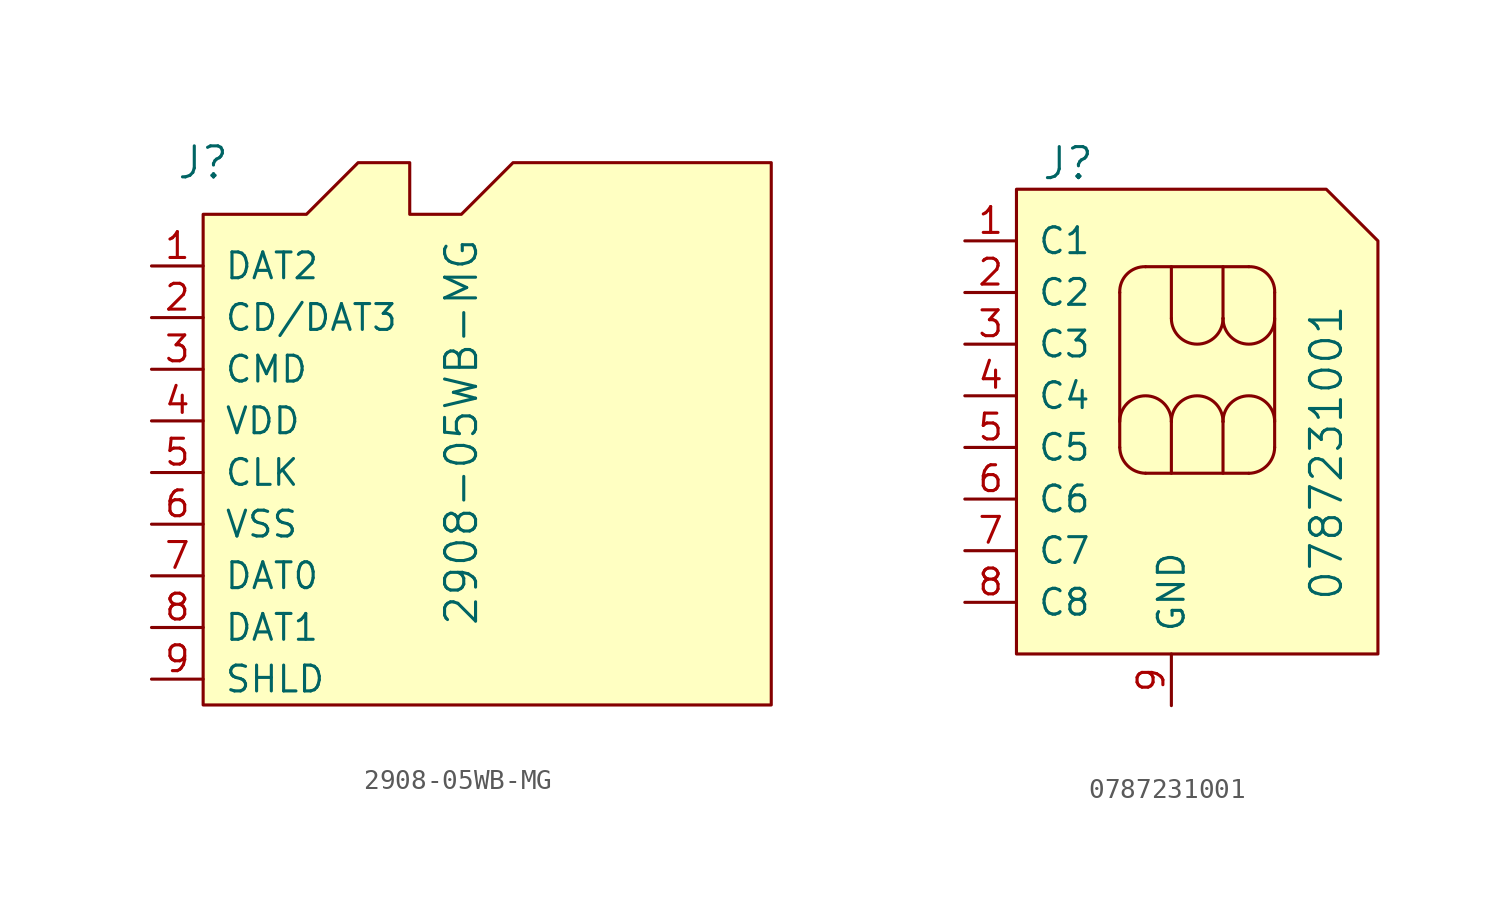
<source format=kicad_sym>
(kicad_symbol_lib
  (version 20220914)
  (generator kicad_symbol_editor)
  (symbol "2908-05WB-MG"
    (pin_names
      (offset 1.016))
    (property "Reference" "J"
      (at -12.7 12.7 0)
      (effects (font (size 1.524 1.524))))
    (property "Value" "2908-05WB-MG"
      (at 0 -10.16 90)
      (effects (font (size 1.524 1.524)) (justify left)))
    (symbol "2908-05WB-MG_0_1"
      (polyline (pts (xy -12.7 -13.97) (xy -12.7 10.16) (xy -7.62 10.16) (xy -5.08 12.7) (xy -2.54 12.7) (xy -2.54 10.16) (xy 0 10.16) (xy 2.54 12.7) (xy 15.24 12.7) (xy 15.24 -13.97) (xy -12.7 -13.97)) (stroke (width 0) (type solid)) (fill (type background))))
    (symbol "2908-05WB-MG_1_1"
      (pin bidirectional line (at -15.24 7.62 0) (length 2.54) (name "DAT2" (effects (font (size 1.27 1.27)))) (number "1" (effects (font (size 1.27 1.27)))))
      (pin bidirectional line (at -15.24 5.08 0) (length 2.54) (name "CD/DAT3" (effects (font (size 1.27 1.27)))) (number "2" (effects (font (size 1.27 1.27)))))
      (pin bidirectional line (at -15.24 2.54 0) (length 2.54) (name "CMD" (effects (font (size 1.27 1.27)))) (number "3" (effects (font (size 1.27 1.27)))))
      (pin power_in line (at -15.24 0 0) (length 2.54) (name "VDD" (effects (font (size 1.27 1.27)))) (number "4" (effects (font (size 1.27 1.27)))))
      (pin output line (at -15.24 -2.54 0) (length 2.54) (name "CLK" (effects (font (size 1.27 1.27)))) (number "5" (effects (font (size 1.27 1.27)))))
      (pin power_in line (at -15.24 -5.08 0) (length 2.54) (name "VSS" (effects (font (size 1.27 1.27)))) (number "6" (effects (font (size 1.27 1.27)))))
      (pin bidirectional line (at -15.24 -7.62 0) (length 2.54) (name "DAT0" (effects (font (size 1.27 1.27)))) (number "7" (effects (font (size 1.27 1.27)))))
      (pin bidirectional line (at -15.24 -10.16 0) (length 2.54) (name "DAT1" (effects (font (size 1.27 1.27)))) (number "8" (effects (font (size 1.27 1.27)))))
      (pin passive line (at -15.24 -12.7 0) (length 2.54) (name "SHLD" (effects (font (size 1.27 1.27)))) (number "9" (effects (font (size 1.27 1.27)))))))
  (symbol "0787231001"
    (pin_names
      (offset 1.016))
    (property "Reference" "J"
      (at -7.62 8.89 0)
      (effects (font (size 1.524 1.524))))
    (property "Value" "0787231001"
      (at 5.08 -12.7 90)
      (effects (font (size 1.524 1.524)) (justify left)))
    (symbol "0787231001_1_1"
      (arc (start -5.08 -5.08) (mid -4.7066 -5.9688) (end -3.81 -6.35) (stroke (width 0) (type solid)) (fill (type none)))
      (arc (start -3.81 3.81) (mid -4.7246 3.4471) (end -5.08 2.54) (stroke (width 0) (type solid)) (fill (type none)))
      (arc (start -2.54 -3.81) (mid -3.81 -2.5455) (end -5.08 -3.81) (stroke (width 0) (type solid)) (fill (type none)))
      (arc (start -2.54 1.27) (mid -1.27 0.0055) (end 0 1.27) (stroke (width 0) (type solid)) (fill (type none)))
      (arc (start 0 -3.81) (mid -1.27 -2.5455) (end -2.54 -3.81) (stroke (width 0) (type solid)) (fill (type none)))
      (polyline (pts (xy -5.08 2.54) (xy -5.08 -5.08)) (stroke (width 0) (type solid)) (fill (type none)))
      (polyline (pts (xy -3.81 3.81) (xy 1.27 3.81)) (stroke (width 0) (type solid)) (fill (type none)))
      (polyline (pts (xy -2.54 -3.81) (xy -2.54 -6.35)) (stroke (width 0) (type solid)) (fill (type none)))
      (polyline (pts (xy -2.54 3.81) (xy -2.54 1.27)) (stroke (width 0) (type solid)) (fill (type none)))
      (polyline (pts (xy 0 -6.35) (xy 0 -3.81)) (stroke (width 0) (type solid)) (fill (type none)))
      (polyline (pts (xy 0 3.81) (xy 0 1.27)) (stroke (width 0) (type solid)) (fill (type none)))
      (polyline (pts (xy 1.27 -6.35) (xy -3.81 -6.35)) (stroke (width 0) (type solid)) (fill (type none)))
      (polyline (pts (xy 2.54 2.54) (xy 2.54 -5.08)) (stroke (width 0) (type solid)) (fill (type none)))
      (polyline (pts (xy -10.16 7.62) (xy -10.16 -15.24) (xy 7.62 -15.24) (xy 7.62 -7.62) (xy 7.62 5.08) (xy 5.08 7.62) (xy -10.16 7.62)) (stroke (width 0) (type solid)) (fill (type background)))
      (arc (start 0 1.27) (mid 1.27 0.0055) (end 2.54 1.27) (stroke (width 0) (type solid)) (fill (type none)))
      (arc (start 1.27 -6.35) (mid 2.1588 -5.9766) (end 2.54 -5.08) (stroke (width 0) (type solid)) (fill (type none)))
      (arc (start 2.54 -3.81) (mid 1.27 -2.5455) (end 0 -3.81) (stroke (width 0) (type solid)) (fill (type none)))
      (arc (start 2.54 2.54) (mid 2.1771 3.4546) (end 1.27 3.81) (stroke (width 0) (type solid)) (fill (type none)))
      (pin bidirectional line (at -12.7 5.08 0) (length 2.54) (name "C1" (effects (font (size 1.27 1.27)))) (number "1" (effects (font (size 1.27 1.27)))))
      (pin bidirectional line (at -12.7 2.54 0) (length 2.54) (name "C2" (effects (font (size 1.27 1.27)))) (number "2" (effects (font (size 1.27 1.27)))))
      (pin bidirectional line (at -12.7 0 0) (length 2.54) (name "C3" (effects (font (size 1.27 1.27)))) (number "3" (effects (font (size 1.27 1.27)))))
      (pin bidirectional line (at -12.7 -2.54 0) (length 2.54) (name "C4" (effects (font (size 1.27 1.27)))) (number "4" (effects (font (size 1.27 1.27)))))
      (pin bidirectional line (at -12.7 -5.08 0) (length 2.54) (name "C5" (effects (font (size 1.27 1.27)))) (number "5" (effects (font (size 1.27 1.27)))))
      (pin bidirectional line (at -12.7 -7.62 0) (length 2.54) (name "C6" (effects (font (size 1.27 1.27)))) (number "6" (effects (font (size 1.27 1.27)))))
      (pin bidirectional line (at -12.7 -10.16 0) (length 2.54) (name "C7" (effects (font (size 1.27 1.27)))) (number "7" (effects (font (size 1.27 1.27)))))
      (pin bidirectional line (at -12.7 -12.7 0) (length 2.54) (name "C8" (effects (font (size 1.27 1.27)))) (number "8" (effects (font (size 1.27 1.27)))))
      (pin power_in line (at -2.54 -17.78 90) (length 2.54) (name "GND" (effects (font (size 1.27 1.27)))) (number "9" (effects (font (size 1.27 1.27))))))))
</source>
